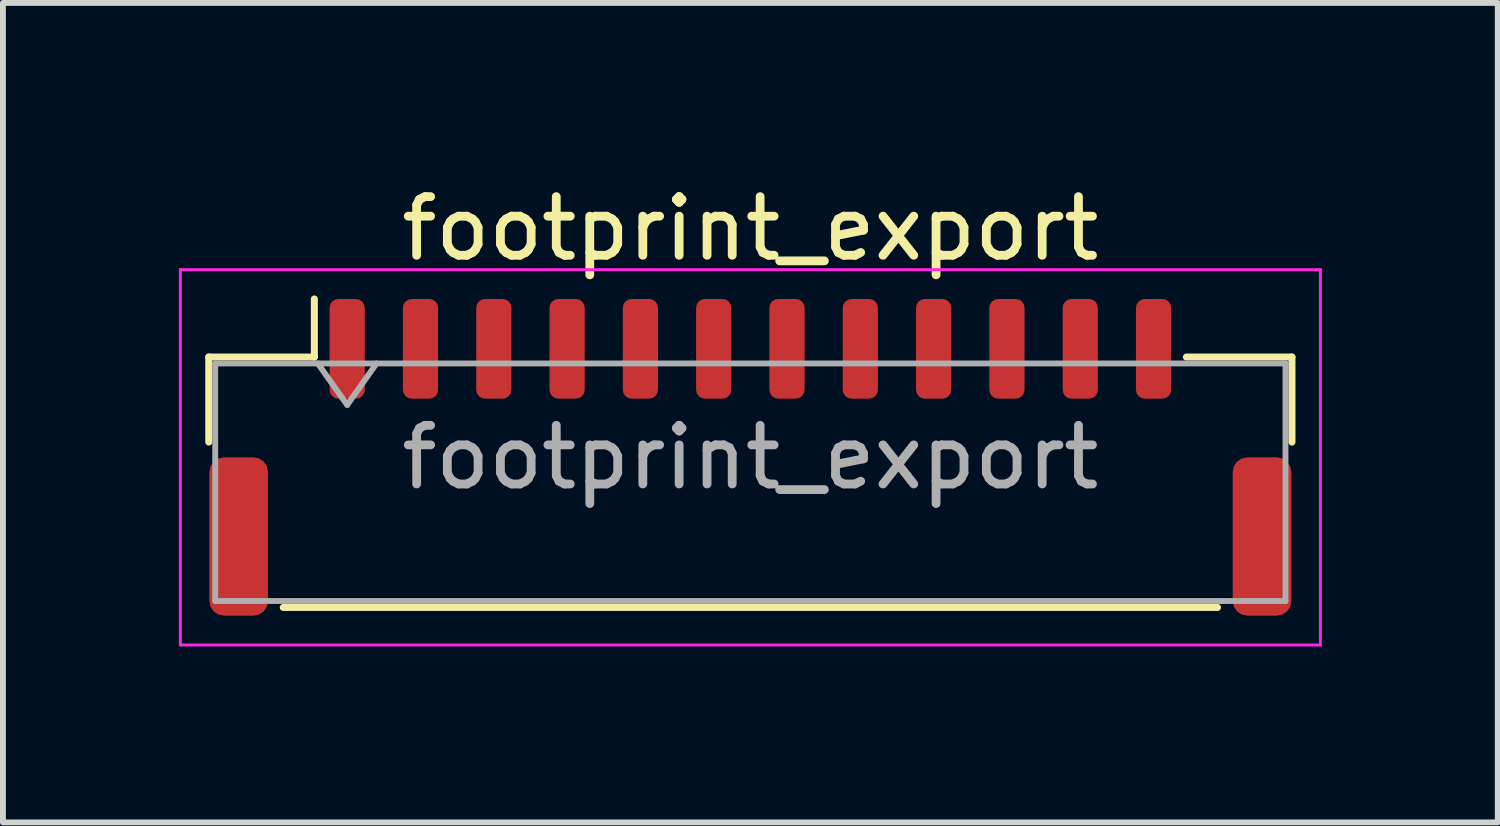
<source format=kicad_pcb>
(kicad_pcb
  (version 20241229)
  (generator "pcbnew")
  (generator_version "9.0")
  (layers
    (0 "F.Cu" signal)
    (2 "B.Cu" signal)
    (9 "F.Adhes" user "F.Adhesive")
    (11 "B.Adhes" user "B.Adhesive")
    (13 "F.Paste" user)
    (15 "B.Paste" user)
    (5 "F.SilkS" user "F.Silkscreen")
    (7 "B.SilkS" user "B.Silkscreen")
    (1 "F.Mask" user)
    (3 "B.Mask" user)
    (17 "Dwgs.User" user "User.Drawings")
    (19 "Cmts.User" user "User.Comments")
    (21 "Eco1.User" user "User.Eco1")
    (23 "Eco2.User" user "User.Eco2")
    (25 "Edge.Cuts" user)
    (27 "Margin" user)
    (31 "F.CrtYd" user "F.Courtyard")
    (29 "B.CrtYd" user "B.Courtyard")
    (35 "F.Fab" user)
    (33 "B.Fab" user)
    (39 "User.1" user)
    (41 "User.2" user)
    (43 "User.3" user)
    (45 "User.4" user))
  (footprint "footprint_export"
    (layer "F.Cu")
    (at 9.745 4.748)
    (property "Reference" "footprint_export" (at 0 -3.9 0) (layer "F.SilkS") (effects (font (size 1 1) (thickness 0.15))))
    (attr smd)
    (fp_line (start -9.235 -1.71) (end -7.435 -1.71) (stroke (width 0.12) (type solid)) (layer "F.SilkS"))
    (fp_line (start -9.235 -0.26) (end -9.235 -1.71) (stroke (width 0.12) (type solid)) (layer "F.SilkS"))
    (fp_line (start -7.965 2.56) (end 7.965 2.56) (stroke (width 0.12) (type solid)) (layer "F.SilkS"))
    (fp_line (start -7.435 -1.71) (end -7.435 -2.7) (stroke (width 0.12) (type solid)) (layer "F.SilkS"))
    (fp_line (start 9.235 -1.71) (end 7.435 -1.71) (stroke (width 0.12) (type solid)) (layer "F.SilkS"))
    (fp_line (start 9.235 -0.26) (end 9.235 -1.71) (stroke (width 0.12) (type solid)) (layer "F.SilkS"))
    (fp_line (start -9.72 -3.2) (end -9.72 3.2) (stroke (width 0.05) (type solid)) (layer "F.CrtYd"))
    (fp_line (start -9.72 3.2) (end 9.72 3.2) (stroke (width 0.05) (type solid)) (layer "F.CrtYd"))
    (fp_line (start 9.72 -3.2) (end -9.72 -3.2) (stroke (width 0.05) (type solid)) (layer "F.CrtYd"))
    (fp_line (start 9.72 3.2) (end 9.72 -3.2) (stroke (width 0.05) (type solid)) (layer "F.CrtYd"))
    (fp_line (start -9.125 -1.6) (end -9.125 2.45) (stroke (width 0.1) (type solid)) (layer "F.Fab"))
    (fp_line (start -9.125 -1.6) (end 9.125 -1.6) (stroke (width 0.1) (type solid)) (layer "F.Fab"))
    (fp_line (start -9.125 2.45) (end 9.125 2.45) (stroke (width 0.1) (type solid)) (layer "F.Fab"))
    (fp_line (start -7.375 -1.6) (end -6.875 -0.893) (stroke (width 0.1) (type solid)) (layer "F.Fab"))
    (fp_line (start -6.875 -0.893) (end -6.375 -1.6) (stroke (width 0.1) (type solid)) (layer "F.Fab"))
    (fp_line (start 9.125 -1.6) (end 9.125 2.45) (stroke (width 0.1) (type solid)) (layer "F.Fab"))
    (fp_text user "${REFERENCE}" (at 0 0 0) (layer "F.Fab") (effects (font (size 1 1) (thickness 0.15))))
    (pad "1" smd roundrect (at -6.875 -1.85) (size 0.6 1.7) (layers "F.Cu" "F.Mask" "F.Paste") (roundrect_rratio 0.25))
    (pad "2" smd roundrect (at -5.625 -1.85) (size 0.6 1.7) (layers "F.Cu" "F.Mask" "F.Paste") (roundrect_rratio 0.25))
    (pad "3" smd roundrect (at -4.375 -1.85) (size 0.6 1.7) (layers "F.Cu" "F.Mask" "F.Paste") (roundrect_rratio 0.25))
    (pad "4" smd roundrect (at -3.125 -1.85) (size 0.6 1.7) (layers "F.Cu" "F.Mask" "F.Paste") (roundrect_rratio 0.25))
    (pad "5" smd roundrect (at -1.875 -1.85) (size 0.6 1.7) (layers "F.Cu" "F.Mask" "F.Paste") (roundrect_rratio 0.25))
    (pad "6" smd roundrect (at -0.625 -1.85) (size 0.6 1.7) (layers "F.Cu" "F.Mask" "F.Paste") (roundrect_rratio 0.25))
    (pad "7" smd roundrect (at 0.625 -1.85) (size 0.6 1.7) (layers "F.Cu" "F.Mask" "F.Paste") (roundrect_rratio 0.25))
    (pad "8" smd roundrect (at 1.875 -1.85) (size 0.6 1.7) (layers "F.Cu" "F.Mask" "F.Paste") (roundrect_rratio 0.25))
    (pad "9" smd roundrect (at 3.125 -1.85) (size 0.6 1.7) (layers "F.Cu" "F.Mask" "F.Paste") (roundrect_rratio 0.25))
    (pad "10" smd roundrect (at 4.375 -1.85) (size 0.6 1.7) (layers "F.Cu" "F.Mask" "F.Paste") (roundrect_rratio 0.25))
    (pad "11" smd roundrect (at 5.625 -1.85) (size 0.6 1.7) (layers "F.Cu" "F.Mask" "F.Paste") (roundrect_rratio 0.25))
    (pad "12" smd roundrect (at 6.875 -1.85) (size 0.6 1.7) (layers "F.Cu" "F.Mask" "F.Paste") (roundrect_rratio 0.25))
    (pad "MP" smd roundrect (at -8.725 1.35) (size 1 2.7) (layers "F.Cu" "F.Mask" "F.Paste") (roundrect_rratio 0.25))
    (pad "MP" smd roundrect (at 8.725 1.35) (size 1 2.7) (layers "F.Cu" "F.Mask" "F.Paste") (roundrect_rratio 0.25)))
  (gr_rect
    (start -3 -3)
    (end 22.49 10.973)
    (stroke (width 0.1) (type default))
    (fill no)
    (layer "Edge.Cuts")))
</source>
